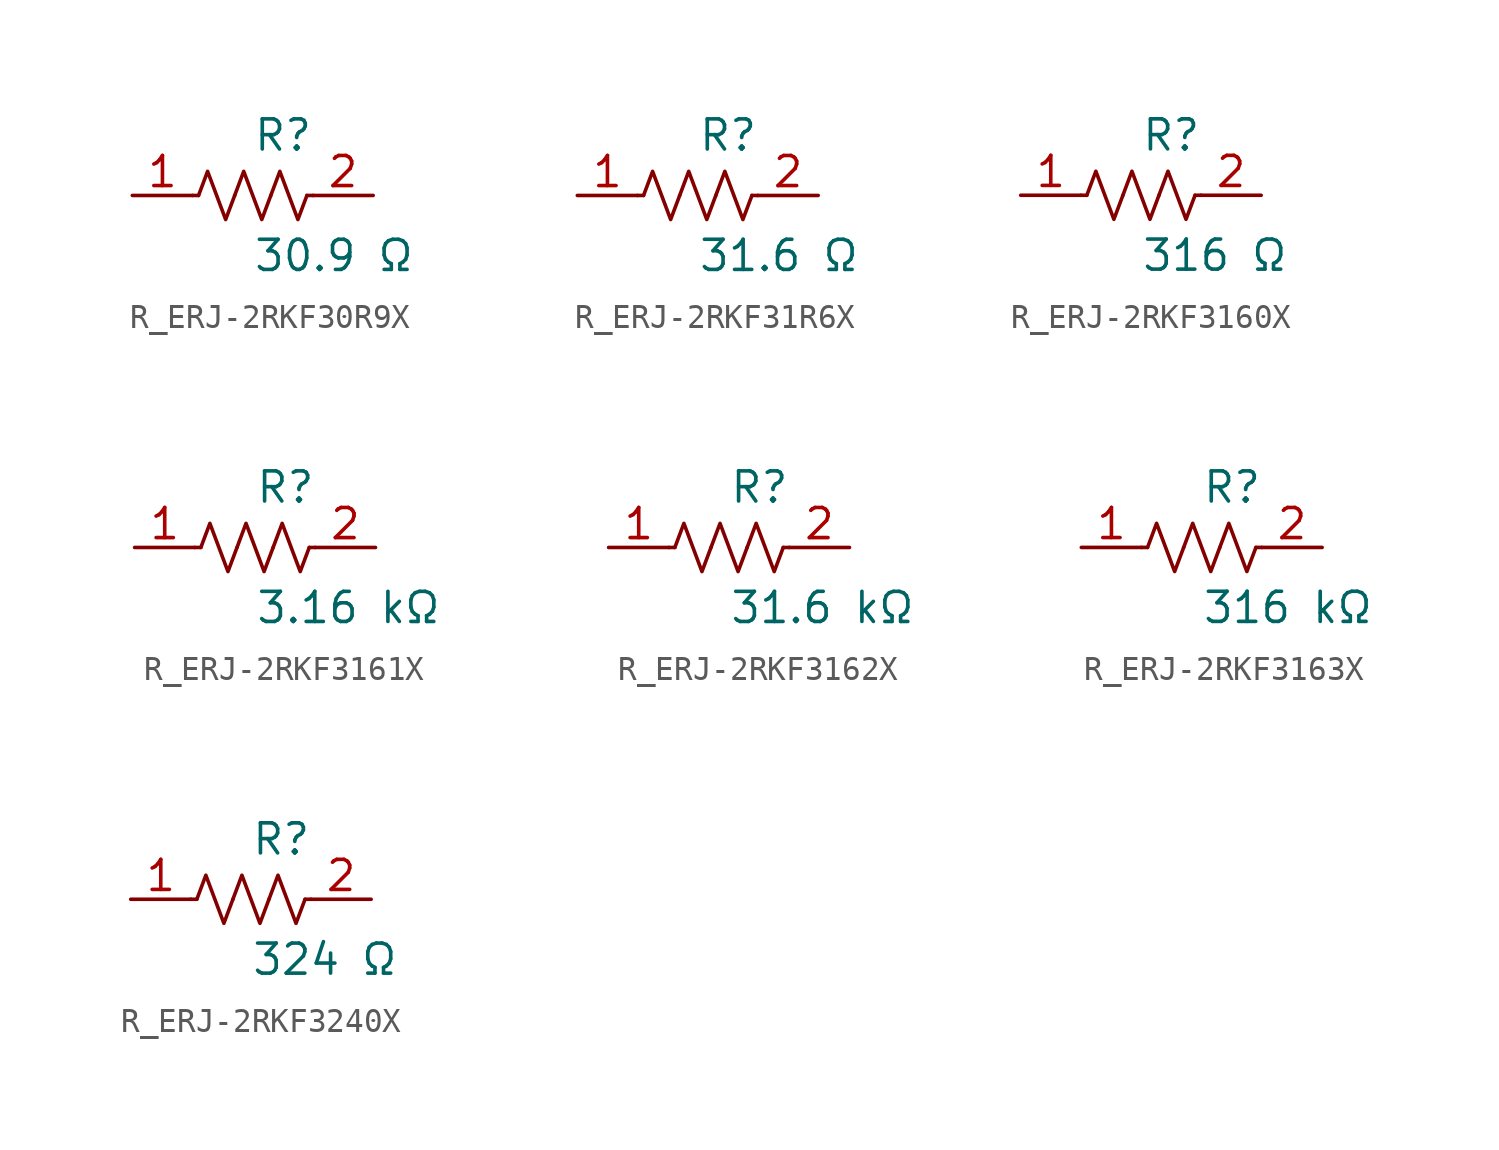
<source format=kicad_sym>
(kicad_symbol_lib
  (version 20231120)
  (generator kicad_symbol_editor)
  (generator_version 8.0)
  (symbol "R_ERJ-2RKF30R9X"
    (pin_names
      (offset 0.254))
    (property "Reference" "R"
      (at 0 2.54 0)
      (effects (font (size 1.27 1.27)) (justify left)))
    (property "Value" "30.9 Ω"
      (at 0 -2.54 0)
      (effects (font (size 1.27 1.27)) (justify left)))
    (symbol "R_ERJ-2RKF30R9X_0_1"
      (polyline (pts (xy 2.286 0) (xy 2.54 0)) (stroke (width 0) (type default)) (fill (type none)))
      (polyline (pts (xy -2.286 0) (xy -2.54 0)) (stroke (width 0) (type default)) (fill (type none)))
      (polyline (pts (xy 0.762 0) (xy 1.143 1.016) (xy 1.524 0) (xy 1.905 -1.016) (xy 2.286 0)) (stroke (width 0) (type default)) (fill (type none)))
      (polyline (pts (xy -0.762 0) (xy -0.381 1.016) (xy 0 0) (xy 0.381 -1.016) (xy 0.762 0)) (stroke (width 0) (type default)) (fill (type none)))
      (polyline (pts (xy -2.286 0) (xy -1.905 1.016) (xy -1.524 0) (xy -1.143 -1.016) (xy -0.762 0)) (stroke (width 0) (type default)) (fill (type none))))
    (pin unspecified line
      (at -5.08 0 0)
      (length 2.54)
      (name "" (effects (font (size 1.27 1.27))))
      (number "1" (effects (font (size 1.27 1.27)))))
    (pin unspecified line
      (at 5.08 0 180)
      (length 2.54)
      (name "" (effects (font (size 1.27 1.27))))
      (number "2" (effects (font (size 1.27 1.27))))))
  (symbol "R_ERJ-2RKF31R6X"
    (pin_names
      (offset 0.254))
    (property "Reference" "R"
      (at 0 2.54 0)
      (effects (font (size 1.27 1.27)) (justify left)))
    (property "Value" "31.6 Ω"
      (at 0 -2.54 0)
      (effects (font (size 1.27 1.27)) (justify left)))
    (symbol "R_ERJ-2RKF31R6X_0_1"
      (polyline (pts (xy 2.286 0) (xy 2.54 0)) (stroke (width 0) (type default)) (fill (type none)))
      (polyline (pts (xy -2.286 0) (xy -2.54 0)) (stroke (width 0) (type default)) (fill (type none)))
      (polyline (pts (xy 0.762 0) (xy 1.143 1.016) (xy 1.524 0) (xy 1.905 -1.016) (xy 2.286 0)) (stroke (width 0) (type default)) (fill (type none)))
      (polyline (pts (xy -0.762 0) (xy -0.381 1.016) (xy 0 0) (xy 0.381 -1.016) (xy 0.762 0)) (stroke (width 0) (type default)) (fill (type none)))
      (polyline (pts (xy -2.286 0) (xy -1.905 1.016) (xy -1.524 0) (xy -1.143 -1.016) (xy -0.762 0)) (stroke (width 0) (type default)) (fill (type none))))
    (pin unspecified line
      (at -5.08 0 0)
      (length 2.54)
      (name "" (effects (font (size 1.27 1.27))))
      (number "1" (effects (font (size 1.27 1.27)))))
    (pin unspecified line
      (at 5.08 0 180)
      (length 2.54)
      (name "" (effects (font (size 1.27 1.27))))
      (number "2" (effects (font (size 1.27 1.27))))))
  (symbol "R_ERJ-2RKF3160X"
    (pin_names
      (offset 0.254))
    (property "Reference" "R"
      (at 0 2.54 0)
      (effects (font (size 1.27 1.27)) (justify left)))
    (property "Value" "316 Ω"
      (at 0 -2.54 0)
      (effects (font (size 1.27 1.27)) (justify left)))
    (symbol "R_ERJ-2RKF3160X_0_1"
      (polyline (pts (xy 2.286 0) (xy 2.54 0)) (stroke (width 0) (type default)) (fill (type none)))
      (polyline (pts (xy -2.286 0) (xy -2.54 0)) (stroke (width 0) (type default)) (fill (type none)))
      (polyline (pts (xy 0.762 0) (xy 1.143 1.016) (xy 1.524 0) (xy 1.905 -1.016) (xy 2.286 0)) (stroke (width 0) (type default)) (fill (type none)))
      (polyline (pts (xy -0.762 0) (xy -0.381 1.016) (xy 0 0) (xy 0.381 -1.016) (xy 0.762 0)) (stroke (width 0) (type default)) (fill (type none)))
      (polyline (pts (xy -2.286 0) (xy -1.905 1.016) (xy -1.524 0) (xy -1.143 -1.016) (xy -0.762 0)) (stroke (width 0) (type default)) (fill (type none))))
    (pin unspecified line
      (at -5.08 0 0)
      (length 2.54)
      (name "" (effects (font (size 1.27 1.27))))
      (number "1" (effects (font (size 1.27 1.27)))))
    (pin unspecified line
      (at 5.08 0 180)
      (length 2.54)
      (name "" (effects (font (size 1.27 1.27))))
      (number "2" (effects (font (size 1.27 1.27))))))
  (symbol "R_ERJ-2RKF3161X"
    (pin_names
      (offset 0.254))
    (property "Reference" "R"
      (at 0 2.54 0)
      (effects (font (size 1.27 1.27)) (justify left)))
    (property "Value" "3.16 kΩ"
      (at 0 -2.54 0)
      (effects (font (size 1.27 1.27)) (justify left)))
    (symbol "R_ERJ-2RKF3161X_0_1"
      (polyline (pts (xy 2.286 0) (xy 2.54 0)) (stroke (width 0) (type default)) (fill (type none)))
      (polyline (pts (xy -2.286 0) (xy -2.54 0)) (stroke (width 0) (type default)) (fill (type none)))
      (polyline (pts (xy 0.762 0) (xy 1.143 1.016) (xy 1.524 0) (xy 1.905 -1.016) (xy 2.286 0)) (stroke (width 0) (type default)) (fill (type none)))
      (polyline (pts (xy -0.762 0) (xy -0.381 1.016) (xy 0 0) (xy 0.381 -1.016) (xy 0.762 0)) (stroke (width 0) (type default)) (fill (type none)))
      (polyline (pts (xy -2.286 0) (xy -1.905 1.016) (xy -1.524 0) (xy -1.143 -1.016) (xy -0.762 0)) (stroke (width 0) (type default)) (fill (type none))))
    (pin unspecified line
      (at -5.08 0 0)
      (length 2.54)
      (name "" (effects (font (size 1.27 1.27))))
      (number "1" (effects (font (size 1.27 1.27)))))
    (pin unspecified line
      (at 5.08 0 180)
      (length 2.54)
      (name "" (effects (font (size 1.27 1.27))))
      (number "2" (effects (font (size 1.27 1.27))))))
  (symbol "R_ERJ-2RKF3162X"
    (pin_names
      (offset 0.254))
    (property "Reference" "R"
      (at 0 2.54 0)
      (effects (font (size 1.27 1.27)) (justify left)))
    (property "Value" "31.6 kΩ"
      (at 0 -2.54 0)
      (effects (font (size 1.27 1.27)) (justify left)))
    (symbol "R_ERJ-2RKF3162X_0_1"
      (polyline (pts (xy 2.286 0) (xy 2.54 0)) (stroke (width 0) (type default)) (fill (type none)))
      (polyline (pts (xy -2.286 0) (xy -2.54 0)) (stroke (width 0) (type default)) (fill (type none)))
      (polyline (pts (xy 0.762 0) (xy 1.143 1.016) (xy 1.524 0) (xy 1.905 -1.016) (xy 2.286 0)) (stroke (width 0) (type default)) (fill (type none)))
      (polyline (pts (xy -0.762 0) (xy -0.381 1.016) (xy 0 0) (xy 0.381 -1.016) (xy 0.762 0)) (stroke (width 0) (type default)) (fill (type none)))
      (polyline (pts (xy -2.286 0) (xy -1.905 1.016) (xy -1.524 0) (xy -1.143 -1.016) (xy -0.762 0)) (stroke (width 0) (type default)) (fill (type none))))
    (pin unspecified line
      (at -5.08 0 0)
      (length 2.54)
      (name "" (effects (font (size 1.27 1.27))))
      (number "1" (effects (font (size 1.27 1.27)))))
    (pin unspecified line
      (at 5.08 0 180)
      (length 2.54)
      (name "" (effects (font (size 1.27 1.27))))
      (number "2" (effects (font (size 1.27 1.27))))))
  (symbol "R_ERJ-2RKF3163X"
    (pin_names
      (offset 0.254))
    (property "Reference" "R"
      (at 0 2.54 0)
      (effects (font (size 1.27 1.27)) (justify left)))
    (property "Value" "316 kΩ"
      (at 0 -2.54 0)
      (effects (font (size 1.27 1.27)) (justify left)))
    (symbol "R_ERJ-2RKF3163X_0_1"
      (polyline (pts (xy 2.286 0) (xy 2.54 0)) (stroke (width 0) (type default)) (fill (type none)))
      (polyline (pts (xy -2.286 0) (xy -2.54 0)) (stroke (width 0) (type default)) (fill (type none)))
      (polyline (pts (xy 0.762 0) (xy 1.143 1.016) (xy 1.524 0) (xy 1.905 -1.016) (xy 2.286 0)) (stroke (width 0) (type default)) (fill (type none)))
      (polyline (pts (xy -0.762 0) (xy -0.381 1.016) (xy 0 0) (xy 0.381 -1.016) (xy 0.762 0)) (stroke (width 0) (type default)) (fill (type none)))
      (polyline (pts (xy -2.286 0) (xy -1.905 1.016) (xy -1.524 0) (xy -1.143 -1.016) (xy -0.762 0)) (stroke (width 0) (type default)) (fill (type none))))
    (pin unspecified line
      (at -5.08 0 0)
      (length 2.54)
      (name "" (effects (font (size 1.27 1.27))))
      (number "1" (effects (font (size 1.27 1.27)))))
    (pin unspecified line
      (at 5.08 0 180)
      (length 2.54)
      (name "" (effects (font (size 1.27 1.27))))
      (number "2" (effects (font (size 1.27 1.27))))))
  (symbol "R_ERJ-2RKF3240X"
    (pin_names
      (offset 0.254))
    (property "Reference" "R"
      (at 0 2.54 0)
      (effects (font (size 1.27 1.27)) (justify left)))
    (property "Value" "324 Ω"
      (at 0 -2.54 0)
      (effects (font (size 1.27 1.27)) (justify left)))
    (symbol "R_ERJ-2RKF3240X_0_1"
      (polyline (pts (xy 2.286 0) (xy 2.54 0)) (stroke (width 0) (type default)) (fill (type none)))
      (polyline (pts (xy -2.286 0) (xy -2.54 0)) (stroke (width 0) (type default)) (fill (type none)))
      (polyline (pts (xy 0.762 0) (xy 1.143 1.016) (xy 1.524 0) (xy 1.905 -1.016) (xy 2.286 0)) (stroke (width 0) (type default)) (fill (type none)))
      (polyline (pts (xy -0.762 0) (xy -0.381 1.016) (xy 0 0) (xy 0.381 -1.016) (xy 0.762 0)) (stroke (width 0) (type default)) (fill (type none)))
      (polyline (pts (xy -2.286 0) (xy -1.905 1.016) (xy -1.524 0) (xy -1.143 -1.016) (xy -0.762 0)) (stroke (width 0) (type default)) (fill (type none))))
    (pin unspecified line
      (at -5.08 0 0)
      (length 2.54)
      (name "" (effects (font (size 1.27 1.27))))
      (number "1" (effects (font (size 1.27 1.27)))))
    (pin unspecified line
      (at 5.08 0 180)
      (length 2.54)
      (name "" (effects (font (size 1.27 1.27))))
      (number "2" (effects (font (size 1.27 1.27)))))))
</source>
